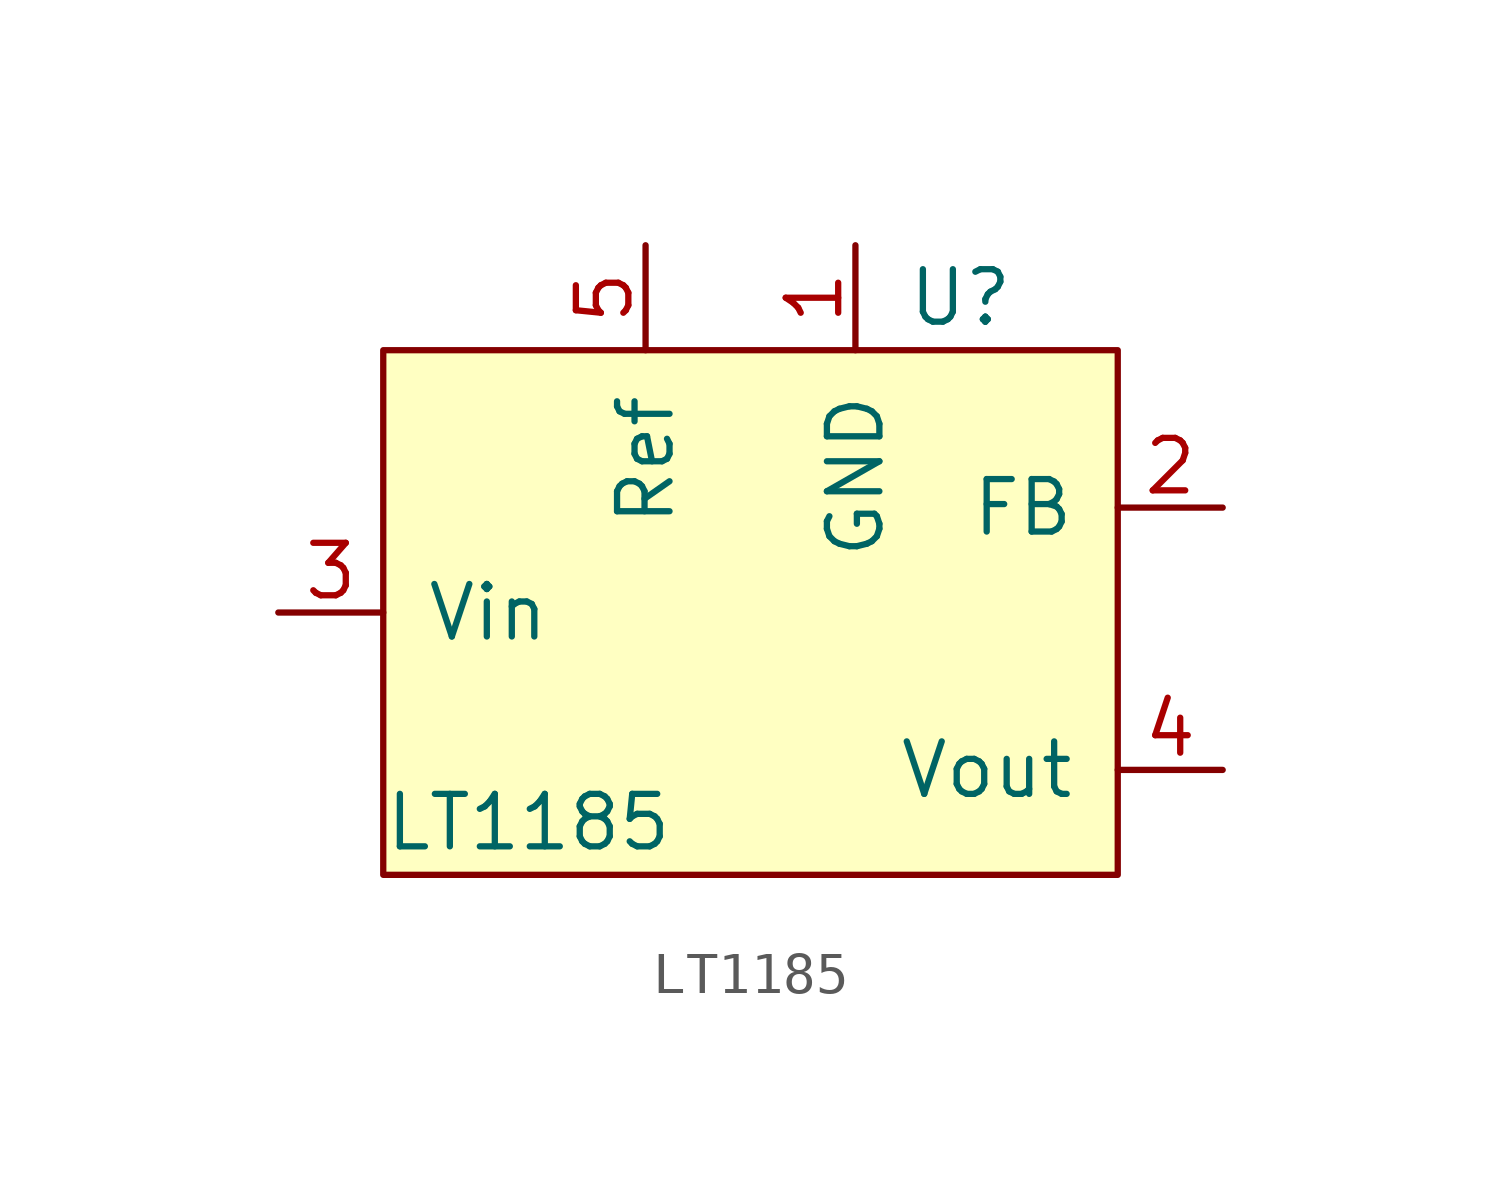
<source format=kicad_sym>
(kicad_symbol_lib
  (version 20211014)
  (generator kicad_symbol_editor)
  (symbol "LT1185"
    (pin_names
      (offset 1.016))
    (property "Reference" "U"
      (at 5.08 7.62 0)
      (effects (font (size 1.27 1.27))))
    (property "Value" "LT1185"
      (at -8.89 -5.08 0)
      (effects (font (size 1.27 1.27)) (justify left)))
    (symbol "LT1185_0_1"
      (rectangle (start -8.89 6.35) (end 8.89 -6.35) (stroke (width 0) (type default) (color 0 0 0 0)) (fill (type background))))
    (symbol "LT1185_1_1"
      (pin passive line (at 2.54 8.89 270) (length 2.54) (name "GND" (effects (font (size 1.27 1.27)))) (number "1" (effects (font (size 1.27 1.27)))))
      (pin input line (at 11.43 2.54 180) (length 2.54) (name "FB" (effects (font (size 1.27 1.27)))) (number "2" (effects (font (size 1.27 1.27)))))
      (pin power_in line (at -11.43 0 0) (length 2.54) (name "Vin" (effects (font (size 1.27 1.27)))) (number "3" (effects (font (size 1.27 1.27)))))
      (pin power_out line (at 11.43 -3.81 180) (length 2.54) (name "Vout" (effects (font (size 1.27 1.27)))) (number "4" (effects (font (size 1.27 1.27)))))
      (pin input line (at -2.54 8.89 270) (length 2.54) (name "Ref" (effects (font (size 1.27 1.27)))) (number "5" (effects (font (size 1.27 1.27))))))))
</source>
